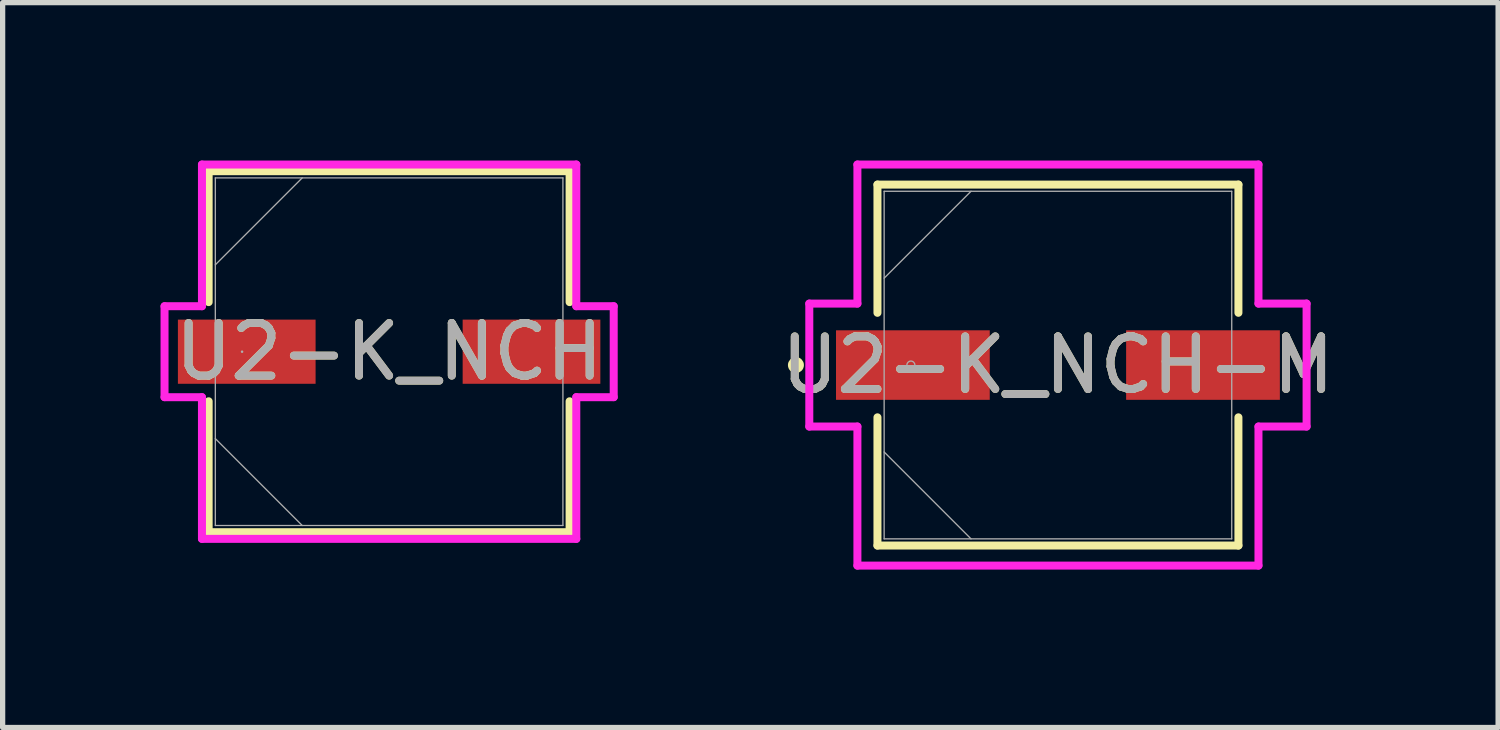
<source format=kicad_pcb>
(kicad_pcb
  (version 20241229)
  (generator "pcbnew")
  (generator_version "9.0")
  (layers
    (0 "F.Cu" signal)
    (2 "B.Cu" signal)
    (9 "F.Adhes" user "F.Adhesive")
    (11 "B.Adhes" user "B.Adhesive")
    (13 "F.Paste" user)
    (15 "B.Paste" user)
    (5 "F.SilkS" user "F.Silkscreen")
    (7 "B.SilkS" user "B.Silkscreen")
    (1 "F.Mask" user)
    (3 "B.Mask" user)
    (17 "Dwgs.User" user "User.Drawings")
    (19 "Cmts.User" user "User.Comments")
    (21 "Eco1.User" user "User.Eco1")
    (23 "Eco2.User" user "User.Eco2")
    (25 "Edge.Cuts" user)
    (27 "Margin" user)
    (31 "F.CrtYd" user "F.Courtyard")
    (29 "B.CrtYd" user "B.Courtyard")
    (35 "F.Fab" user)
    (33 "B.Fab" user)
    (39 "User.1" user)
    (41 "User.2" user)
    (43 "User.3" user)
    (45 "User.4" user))
  (footprint "U2-K_NCH-M"
    (layer "F.Cu")
    (at 17.05 3.886)
    (property "Reference" "U2-K_NCH-M" (at 0 0 0) (unlocked yes) (layer "F.SilkS") (effects (font (size 1 1) (thickness 0.15))))
    (attr smd)
    (fp_line (start -3.429 -3.429) (end -3.429 -0.993) (stroke (width 0.152) (type solid)) (layer "F.SilkS"))
    (fp_line (start -3.429 0.993) (end -3.429 3.429) (stroke (width 0.152) (type solid)) (layer "F.SilkS"))
    (fp_line (start -3.429 3.429) (end 3.429 3.429) (stroke (width 0.152) (type solid)) (layer "F.SilkS"))
    (fp_line (start 3.429 -3.429) (end -3.429 -3.429) (stroke (width 0.152) (type solid)) (layer "F.SilkS"))
    (fp_line (start 3.429 -0.993) (end 3.429 -3.429) (stroke (width 0.152) (type solid)) (layer "F.SilkS"))
    (fp_line (start 3.429 3.429) (end 3.429 0.993) (stroke (width 0.152) (type solid)) (layer "F.SilkS"))
    (fp_circle (center -4.978 0) (end -4.902 0) (stroke (width 0.152) (type solid)) (fill no) (layer "F.SilkS"))
    (fp_line (start -4.724 -1.168) (end -3.81 -1.168) (stroke (width 0.152) (type solid)) (layer "F.CrtYd"))
    (fp_line (start -4.724 1.168) (end -4.724 -1.168) (stroke (width 0.152) (type solid)) (layer "F.CrtYd"))
    (fp_line (start -3.81 -3.81) (end 3.81 -3.81) (stroke (width 0.152) (type solid)) (layer "F.CrtYd"))
    (fp_line (start -3.81 -1.168) (end -3.81 -3.81) (stroke (width 0.152) (type solid)) (layer "F.CrtYd"))
    (fp_line (start -3.81 1.168) (end -4.724 1.168) (stroke (width 0.152) (type solid)) (layer "F.CrtYd"))
    (fp_line (start -3.81 3.81) (end -3.81 1.168) (stroke (width 0.152) (type solid)) (layer "F.CrtYd"))
    (fp_line (start 3.81 -3.81) (end 3.81 -1.168) (stroke (width 0.152) (type solid)) (layer "F.CrtYd"))
    (fp_line (start 3.81 -1.168) (end 4.724 -1.168) (stroke (width 0.152) (type solid)) (layer "F.CrtYd"))
    (fp_line (start 3.81 1.168) (end 3.81 3.81) (stroke (width 0.152) (type solid)) (layer "F.CrtYd"))
    (fp_line (start 3.81 3.81) (end -3.81 3.81) (stroke (width 0.152) (type solid)) (layer "F.CrtYd"))
    (fp_line (start 4.724 -1.168) (end 4.724 1.168) (stroke (width 0.152) (type solid)) (layer "F.CrtYd"))
    (fp_line (start 4.724 1.168) (end 3.81 1.168) (stroke (width 0.152) (type solid)) (layer "F.CrtYd"))
    (fp_line (start -3.302 -3.302) (end -3.302 3.302) (stroke (width 0.025) (type solid)) (layer "F.Fab"))
    (fp_line (start -3.302 -1.651) (end -1.651 -3.302) (stroke (width 0.025) (type solid)) (layer "F.Fab"))
    (fp_line (start -3.302 1.651) (end -1.651 3.302) (stroke (width 0.025) (type solid)) (layer "F.Fab"))
    (fp_line (start -3.302 3.302) (end 3.302 3.302) (stroke (width 0.025) (type solid)) (layer "F.Fab"))
    (fp_line (start 3.302 -3.302) (end -3.302 -3.302) (stroke (width 0.025) (type solid)) (layer "F.Fab"))
    (fp_line (start 3.302 3.302) (end 3.302 -3.302) (stroke (width 0.025) (type solid)) (layer "F.Fab"))
    (fp_circle (center -2.794 0) (end -2.718 0) (stroke (width 0.025) (type solid)) (fill no) (layer "F.Fab"))
    (fp_text user "${REFERENCE}" (at 0 0 0) (unlocked yes) (layer "F.Fab") (effects (font (size 1 1) (thickness 0.15))))
    (pad "1" smd rect (at -2.756 0) (size 2.921 1.321) (layers "F.Cu" "F.Mask" "F.Paste"))
    (pad "2" smd rect (at 2.756 0) (size 2.921 1.321) (layers "F.Cu" "F.Mask" "F.Paste"))
    (zone (net_name "") (layer "F.Cu") (hatch full 0.508) (connect_pads) (min_thickness 0.254) (filled_areas_thickness no) (keepout (tracks not_allowed) (vias not_allowed) (pads allowed) (copperpour not_allowed) (footprints allowed)) (placement (enabled no)) (fill) (polygon (pts (xy 13.799 0.635) (xy 20.301 0.635) (xy 20.301 3.175) (xy 13.799 3.175))))
    (zone (net_name "") (layer "F.Cu") (hatch full 0.508) (connect_pads) (min_thickness 0.254) (filled_areas_thickness no) (keepout (tracks not_allowed) (vias not_allowed) (pads allowed) (copperpour not_allowed) (footprints allowed)) (placement (enabled no)) (fill) (polygon (pts (xy 13.799 4.597) (xy 20.301 4.597) (xy 20.301 7.137) (xy 13.799 7.137))))
    (zone (net_name "") (layer "F.Cu") (hatch full 0.508) (connect_pads) (min_thickness 0.254) (filled_areas_thickness no) (keepout (tracks not_allowed) (vias not_allowed) (pads allowed) (copperpour not_allowed) (footprints allowed)) (placement (enabled no)) (fill) (polygon (pts (xy 15.805 3.175) (xy 18.294 3.175) (xy 18.294 4.597) (xy 15.805 4.597)))))
  (footprint "U2-K_NCH"
    (layer "F.Cu")
    (at 4.343 3.632)
    (property "Reference" "U2-K_NCH" (at 0 0 0) (unlocked yes) (layer "F.SilkS") (effects (font (size 1 1) (thickness 0.15))))
    (attr smd)
    (fp_line (start -3.429 -3.429) (end -3.429 -0.942) (stroke (width 0.152) (type solid)) (layer "F.SilkS"))
    (fp_line (start -3.429 0.942) (end -3.429 3.429) (stroke (width 0.152) (type solid)) (layer "F.SilkS"))
    (fp_line (start -3.429 3.429) (end 3.429 3.429) (stroke (width 0.152) (type solid)) (layer "F.SilkS"))
    (fp_line (start 3.429 -3.429) (end -3.429 -3.429) (stroke (width 0.152) (type solid)) (layer "F.SilkS"))
    (fp_line (start 3.429 -0.942) (end 3.429 -3.429) (stroke (width 0.152) (type solid)) (layer "F.SilkS"))
    (fp_line (start 3.429 3.429) (end 3.429 0.942) (stroke (width 0.152) (type solid)) (layer "F.SilkS"))
    (fp_line (start -4.267 -0.864) (end -3.556 -0.864) (stroke (width 0.152) (type solid)) (layer "F.CrtYd"))
    (fp_line (start -4.267 0.864) (end -4.267 -0.864) (stroke (width 0.152) (type solid)) (layer "F.CrtYd"))
    (fp_line (start -3.556 -3.556) (end 3.556 -3.556) (stroke (width 0.152) (type solid)) (layer "F.CrtYd"))
    (fp_line (start -3.556 -0.864) (end -3.556 -3.556) (stroke (width 0.152) (type solid)) (layer "F.CrtYd"))
    (fp_line (start -3.556 0.864) (end -4.267 0.864) (stroke (width 0.152) (type solid)) (layer "F.CrtYd"))
    (fp_line (start -3.556 3.556) (end -3.556 0.864) (stroke (width 0.152) (type solid)) (layer "F.CrtYd"))
    (fp_line (start 3.556 -3.556) (end 3.556 -0.864) (stroke (width 0.152) (type solid)) (layer "F.CrtYd"))
    (fp_line (start 3.556 -0.864) (end 4.267 -0.864) (stroke (width 0.152) (type solid)) (layer "F.CrtYd"))
    (fp_line (start 3.556 0.864) (end 3.556 3.556) (stroke (width 0.152) (type solid)) (layer "F.CrtYd"))
    (fp_line (start 3.556 3.556) (end -3.556 3.556) (stroke (width 0.152) (type solid)) (layer "F.CrtYd"))
    (fp_line (start 4.267 -0.864) (end 4.267 0.864) (stroke (width 0.152) (type solid)) (layer "F.CrtYd"))
    (fp_line (start 4.267 0.864) (end 3.556 0.864) (stroke (width 0.152) (type solid)) (layer "F.CrtYd"))
    (fp_line (start -3.302 -3.302) (end -3.302 3.302) (stroke (width 0.025) (type solid)) (layer "F.Fab"))
    (fp_line (start -3.302 -1.651) (end -1.651 -3.302) (stroke (width 0.025) (type solid)) (layer "F.Fab"))
    (fp_line (start -3.302 1.651) (end -1.651 3.302) (stroke (width 0.025) (type solid)) (layer "F.Fab"))
    (fp_line (start -3.302 3.302) (end 3.302 3.302) (stroke (width 0.025) (type solid)) (layer "F.Fab"))
    (fp_line (start 3.302 -3.302) (end -3.302 -3.302) (stroke (width 0.025) (type solid)) (layer "F.Fab"))
    (fp_line (start 3.302 3.302) (end 3.302 -3.302) (stroke (width 0.025) (type solid)) (layer "F.Fab"))
    (fp_circle (center -2.794 0) (end -2.794 0) (stroke (width 0.025) (type solid)) (fill no) (layer "F.Fab"))
    (fp_text user "${REFERENCE}" (at 0 0 0) (unlocked yes) (layer "F.Fab") (effects (font (size 1 1) (thickness 0.15))))
    (pad "1" smd rect (at -2.705 0) (size 2.616 1.219) (layers "F.Cu" "F.Mask" "F.Paste"))
    (pad "2" smd rect (at 2.705 0) (size 2.616 1.219) (layers "F.Cu" "F.Mask" "F.Paste"))
    (zone (net_name "") (layer "F.Cu") (hatch full 0.508) (connect_pads) (min_thickness 0.254) (filled_areas_thickness no) (keepout (tracks not_allowed) (vias not_allowed) (pads allowed) (copperpour not_allowed) (footprints allowed)) (placement (enabled no)) (fill) (polygon (pts (xy 1.092 0.381) (xy 7.595 0.381) (xy 7.595 2.972) (xy 1.092 2.972))))
    (zone (net_name "") (layer "F.Cu") (hatch full 0.508) (connect_pads) (min_thickness 0.254) (filled_areas_thickness no) (keepout (tracks not_allowed) (vias not_allowed) (pads allowed) (copperpour not_allowed) (footprints allowed)) (placement (enabled no)) (fill) (polygon (pts (xy 1.092 4.293) (xy 7.595 4.293) (xy 7.595 6.883) (xy 1.092 6.883))))
    (zone (net_name "") (layer "F.Cu") (hatch full 0.508) (connect_pads) (min_thickness 0.254) (filled_areas_thickness no) (keepout (tracks not_allowed) (vias not_allowed) (pads allowed) (copperpour not_allowed) (footprints allowed)) (placement (enabled no)) (fill) (polygon (pts (xy 2.997 2.972) (xy 5.69 2.972) (xy 5.69 4.293) (xy 2.997 4.293)))))
  (gr_rect
    (start -3 -3)
    (end 25.413 10.772)
    (stroke (width 0.1) (type default))
    (fill no)
    (layer "Edge.Cuts")))
</source>
